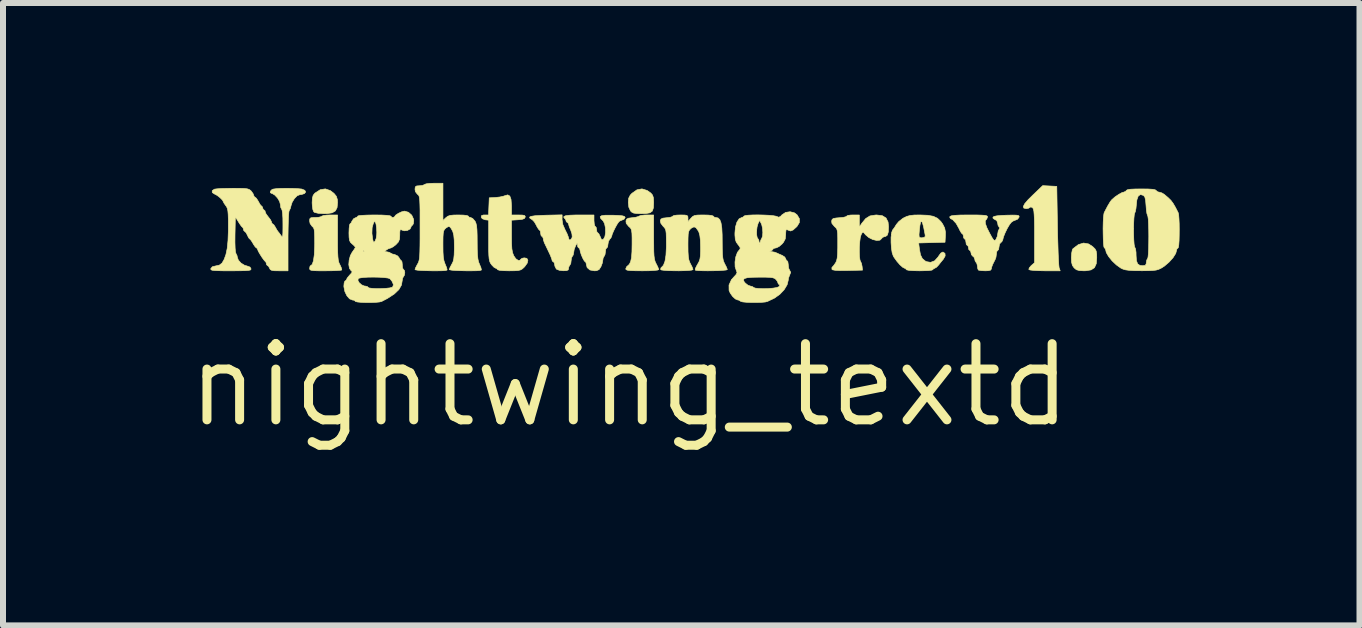
<source format=kicad_pcb>
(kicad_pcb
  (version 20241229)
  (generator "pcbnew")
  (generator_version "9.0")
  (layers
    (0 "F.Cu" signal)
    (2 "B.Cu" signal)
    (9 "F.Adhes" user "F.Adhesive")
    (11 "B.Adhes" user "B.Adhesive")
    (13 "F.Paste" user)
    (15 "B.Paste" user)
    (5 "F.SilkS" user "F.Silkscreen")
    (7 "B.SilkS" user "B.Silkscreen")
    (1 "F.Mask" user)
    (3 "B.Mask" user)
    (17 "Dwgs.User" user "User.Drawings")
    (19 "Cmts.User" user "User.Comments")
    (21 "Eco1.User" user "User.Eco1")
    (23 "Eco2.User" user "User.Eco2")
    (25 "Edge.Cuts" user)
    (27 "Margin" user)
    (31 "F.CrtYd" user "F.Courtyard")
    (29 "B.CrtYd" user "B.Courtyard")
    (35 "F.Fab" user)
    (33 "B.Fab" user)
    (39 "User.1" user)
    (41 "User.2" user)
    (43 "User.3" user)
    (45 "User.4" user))
  (footprint "nightwing_textd"
    (layer "F.Cu")
    (at 7.446 3.37)
    (property "Reference" "nightwing_textd" (at 0 0 0) (layer "F.SilkS") (effects (font (size 1.27 1.27) (thickness 0.15))))
    (attr through_hole)
    (fp_poly (pts (xy -4.988 -3.242) (xy -4.928 -3.196) (xy -4.888 -3.147) (xy -4.871 -3.092) (xy -4.868 -3.044) (xy -4.876 -2.959) (xy -4.904 -2.904) (xy -4.958 -2.872) (xy -5.044 -2.859) (xy -5.093 -2.858) (xy -5.191 -2.864) (xy -5.25 -2.878) (xy -5.265 -2.889) (xy -5.28 -2.926) (xy -5.289 -2.989) (xy -5.292 -3.039) (xy -5.288 -3.115) (xy -5.275 -3.163) (xy -5.249 -3.197) (xy -5.244 -3.201) (xy -5.157 -3.257) (xy -5.072 -3.271) (xy -4.988 -3.242)) (stroke (width 0.01) (type solid)) (fill yes) (layer "F.SilkS"))
    (fp_poly (pts (xy 0.293 -3.245) (xy 0.355 -3.201) (xy 0.383 -3.168) (xy 0.398 -3.123) (xy 0.402 -3.052) (xy 0.402 -3.039) (xy 0.398 -2.955) (xy 0.38 -2.901) (xy 0.34 -2.872) (xy 0.272 -2.86) (xy 0.197 -2.858) (xy 0.117 -2.86) (xy 0.066 -2.868) (xy 0.034 -2.885) (xy 0.016 -2.904) (xy -0.012 -2.965) (xy -0.021 -3.045) (xy -0.015 -3.115) (xy 0.011 -3.166) (xy 0.039 -3.196) (xy 0.123 -3.255) (xy 0.207 -3.271) (xy 0.293 -3.245)) (stroke (width 0.01) (type solid)) (fill yes) (layer "F.SilkS"))
    (fp_poly (pts (xy 7.654 -2.353) (xy 7.721 -2.309) (xy 7.76 -2.271) (xy 7.78 -2.234) (xy 7.788 -2.182) (xy 7.789 -2.123) (xy 7.781 -2.023) (xy 7.751 -1.957) (xy 7.694 -1.92) (xy 7.606 -1.906) (xy 7.575 -1.905) (xy 7.499 -1.909) (xy 7.45 -1.923) (xy 7.413 -1.953) (xy 7.412 -1.954) (xy 7.383 -1.995) (xy 7.369 -2.05) (xy 7.366 -2.125) (xy 7.371 -2.199) (xy 7.382 -2.254) (xy 7.392 -2.273) (xy 7.483 -2.342) (xy 7.57 -2.368) (xy 7.654 -2.353)) (stroke (width 0.01) (type solid)) (fill yes) (layer "F.SilkS"))
    (fp_poly (pts (xy 7.005 -3.319) (xy 7.123 -3.313) (xy 7.134 -2.656) (xy 7.137 -2.492) (xy 7.142 -2.339) (xy 7.146 -2.204) (xy 7.151 -2.093) (xy 7.156 -2.01) (xy 7.161 -1.961) (xy 7.163 -1.953) (xy 7.18 -1.905) (xy 6.925 -1.905) (xy 6.824 -1.907) (xy 6.74 -1.911) (xy 6.681 -1.918) (xy 6.657 -1.926) (xy 6.663 -1.952) (xy 6.693 -1.988) (xy 6.698 -1.993) (xy 6.752 -2.04) (xy 6.752 -2.482) (xy 6.752 -2.636) (xy 6.75 -2.753) (xy 6.746 -2.838) (xy 6.741 -2.897) (xy 6.733 -2.933) (xy 6.723 -2.953) (xy 6.722 -2.954) (xy 6.691 -2.972) (xy 6.678 -2.963) (xy 6.649 -2.947) (xy 6.613 -2.942) (xy 6.573 -2.951) (xy 6.565 -2.977) (xy 6.588 -3.023) (xy 6.645 -3.09) (xy 6.725 -3.169) (xy 6.888 -3.325) (xy 7.005 -3.319)) (stroke (width 0.01) (type solid)) (fill yes) (layer "F.SilkS"))
    (fp_poly (pts (xy 0.402 -2.467) (xy 0.403 -2.33) (xy 0.404 -2.229) (xy 0.408 -2.155) (xy 0.415 -2.103) (xy 0.425 -2.064) (xy 0.439 -2.032) (xy 0.445 -2.021) (xy 0.471 -1.969) (xy 0.486 -1.931) (xy 0.487 -1.926) (xy 0.467 -1.917) (xy 0.41 -1.911) (xy 0.322 -1.906) (xy 0.212 -1.905) (xy 0.096 -1.906) (xy 0.017 -1.909) (xy -0.031 -1.914) (xy -0.056 -1.923) (xy -0.063 -1.935) (xy -0.064 -1.936) (xy -0.048 -1.974) (xy -0.037 -1.983) (xy -0.004 -2.013) (xy 0.018 -2.058) (xy 0.033 -2.126) (xy 0.04 -2.222) (xy 0.042 -2.348) (xy 0.042 -2.455) (xy 0.04 -2.528) (xy 0.034 -2.576) (xy 0.024 -2.606) (xy 0.007 -2.627) (xy -0.012 -2.643) (xy -0.055 -2.695) (xy -0.06 -2.735) (xy -0.049 -2.766) (xy -0.02 -2.782) (xy 0.039 -2.79) (xy 0.042 -2.79) (xy 0.104 -2.798) (xy 0.149 -2.811) (xy 0.158 -2.817) (xy 0.189 -2.828) (xy 0.247 -2.835) (xy 0.29 -2.836) (xy 0.402 -2.836) (xy 0.402 -2.467)) (stroke (width 0.01) (type solid)) (fill yes) (layer "F.SilkS"))
    (fp_poly (pts (xy -4.868 -2.456) (xy -4.868 -2.317) (xy -4.866 -2.213) (xy -4.862 -2.138) (xy -4.856 -2.084) (xy -4.847 -2.045) (xy -4.833 -2.013) (xy -4.827 -2.003) (xy -4.805 -1.954) (xy -4.798 -1.922) (xy -4.799 -1.918) (xy -4.824 -1.913) (xy -4.883 -1.909) (xy -4.966 -1.906) (xy -5.067 -1.905) (xy -5.073 -1.905) (xy -5.182 -1.905) (xy -5.255 -1.907) (xy -5.3 -1.912) (xy -5.324 -1.92) (xy -5.333 -1.934) (xy -5.334 -1.947) (xy -5.327 -1.982) (xy -5.318 -1.99) (xy -5.291 -2.011) (xy -5.27 -2.072) (xy -5.256 -2.172) (xy -5.25 -2.308) (xy -5.249 -2.36) (xy -5.25 -2.469) (xy -5.253 -2.544) (xy -5.258 -2.592) (xy -5.268 -2.621) (xy -5.284 -2.64) (xy -5.292 -2.646) (xy -5.326 -2.693) (xy -5.334 -2.735) (xy -5.331 -2.772) (xy -5.313 -2.789) (xy -5.27 -2.794) (xy -5.24 -2.794) (xy -5.18 -2.798) (xy -5.14 -2.809) (xy -5.133 -2.815) (xy -5.106 -2.826) (xy -5.051 -2.834) (xy -4.994 -2.836) (xy -4.868 -2.836) (xy -4.868 -2.456)) (stroke (width 0.01) (type solid)) (fill yes) (layer "F.SilkS"))
    (fp_poly (pts (xy -1.996 -3.151) (xy -1.976 -3.096) (xy -1.969 -3.002) (xy -1.968 -2.982) (xy -1.968 -2.836) (xy -1.851 -2.836) (xy -1.783 -2.834) (xy -1.749 -2.827) (xy -1.739 -2.811) (xy -1.74 -2.799) (xy -1.754 -2.776) (xy -1.794 -2.762) (xy -1.858 -2.756) (xy -1.968 -2.749) (xy -1.968 -2.486) (xy -1.967 -2.362) (xy -1.962 -2.271) (xy -1.95 -2.206) (xy -1.931 -2.157) (xy -1.903 -2.116) (xy -1.891 -2.102) (xy -1.853 -2.077) (xy -1.823 -2.083) (xy -1.817 -2.095) (xy -1.793 -2.113) (xy -1.757 -2.121) (xy -1.712 -2.113) (xy -1.695 -2.081) (xy -1.706 -2.033) (xy -1.746 -1.977) (xy -1.754 -1.968) (xy -1.786 -1.938) (xy -1.817 -1.92) (xy -1.857 -1.91) (xy -1.918 -1.906) (xy -2.009 -1.905) (xy -2.101 -1.907) (xy -2.167 -1.913) (xy -2.199 -1.923) (xy -2.201 -1.926) (xy -2.218 -1.946) (xy -2.229 -1.947) (xy -2.259 -1.963) (xy -2.297 -2.002) (xy -2.303 -2.01) (xy -2.321 -2.036) (xy -2.333 -2.066) (xy -2.341 -2.105) (xy -2.346 -2.162) (xy -2.349 -2.244) (xy -2.349 -2.358) (xy -2.349 -2.411) (xy -2.349 -2.749) (xy -2.408 -2.756) (xy -2.456 -2.774) (xy -2.473 -2.799) (xy -2.468 -2.826) (xy -2.434 -2.836) (xy -2.416 -2.836) (xy -2.351 -2.836) (xy -2.339 -3.122) (xy -2.233 -3.128) (xy -2.161 -3.136) (xy -2.099 -3.15) (xy -2.08 -3.157) (xy -2.031 -3.171) (xy -1.996 -3.151)) (stroke (width 0.01) (type solid)) (fill yes) (layer "F.SilkS"))
    (fp_poly (pts (xy 3.831 -2.736) (xy 3.831 -2.635) (xy 3.873 -2.698) (xy 3.937 -2.776) (xy 4.008 -2.82) (xy 4.1 -2.835) (xy 4.119 -2.836) (xy 4.214 -2.824) (xy 4.276 -2.786) (xy 4.31 -2.719) (xy 4.318 -2.641) (xy 4.314 -2.553) (xy 4.299 -2.501) (xy 4.271 -2.479) (xy 4.255 -2.477) (xy 4.216 -2.461) (xy 4.205 -2.445) (xy 4.174 -2.416) (xy 4.121 -2.411) (xy 4.056 -2.426) (xy 3.99 -2.459) (xy 3.933 -2.507) (xy 3.919 -2.525) (xy 3.897 -2.549) (xy 3.881 -2.543) (xy 3.861 -2.507) (xy 3.847 -2.461) (xy 3.838 -2.39) (xy 3.832 -2.304) (xy 3.831 -2.217) (xy 3.834 -2.139) (xy 3.842 -2.083) (xy 3.851 -2.063) (xy 3.867 -2.028) (xy 3.877 -1.979) (xy 3.884 -1.916) (xy 3.637 -1.91) (xy 3.513 -1.909) (xy 3.429 -1.913) (xy 3.383 -1.922) (xy 3.375 -1.928) (xy 3.373 -1.958) (xy 3.379 -1.966) (xy 3.403 -1.992) (xy 3.434 -2.036) (xy 3.435 -2.037) (xy 3.451 -2.071) (xy 3.462 -2.118) (xy 3.468 -2.186) (xy 3.471 -2.285) (xy 3.471 -2.347) (xy 3.471 -2.455) (xy 3.469 -2.528) (xy 3.463 -2.575) (xy 3.453 -2.606) (xy 3.436 -2.627) (xy 3.417 -2.643) (xy 3.374 -2.695) (xy 3.369 -2.735) (xy 3.378 -2.763) (xy 3.4 -2.778) (xy 3.448 -2.786) (xy 3.498 -2.79) (xy 3.563 -2.796) (xy 3.607 -2.807) (xy 3.619 -2.816) (xy 3.639 -2.828) (xy 3.687 -2.835) (xy 3.725 -2.836) (xy 3.831 -2.836) (xy 3.831 -2.736)) (stroke (width 0.01) (type solid)) (fill yes) (layer "F.SilkS"))
    (fp_poly (pts (xy 4.97 -2.831) (xy 5.064 -2.814) (xy 5.134 -2.781) (xy 5.19 -2.727) (xy 5.22 -2.685) (xy 5.254 -2.618) (xy 5.267 -2.55) (xy 5.266 -2.491) (xy 5.26 -2.381) (xy 5.04 -2.375) (xy 4.82 -2.369) (xy 4.833 -2.266) (xy 4.851 -2.171) (xy 4.882 -2.108) (xy 4.932 -2.067) (xy 4.949 -2.058) (xy 5.019 -2.046) (xy 5.087 -2.072) (xy 5.144 -2.135) (xy 5.155 -2.153) (xy 5.19 -2.201) (xy 5.223 -2.218) (xy 5.226 -2.218) (xy 5.259 -2.195) (xy 5.262 -2.153) (xy 5.234 -2.103) (xy 5.233 -2.101) (xy 5.19 -2.049) (xy 5.153 -2.002) (xy 5.117 -1.964) (xy 5.086 -1.947) (xy 5.086 -1.947) (xy 5.061 -1.934) (xy 5.059 -1.926) (xy 5.039 -1.916) (xy 4.982 -1.909) (xy 4.894 -1.906) (xy 4.837 -1.905) (xy 4.735 -1.907) (xy 4.661 -1.912) (xy 4.62 -1.921) (xy 4.614 -1.926) (xy 4.598 -1.946) (xy 4.587 -1.947) (xy 4.554 -1.964) (xy 4.507 -2.006) (xy 4.457 -2.064) (xy 4.411 -2.128) (xy 4.397 -2.152) (xy 4.378 -2.207) (xy 4.366 -2.286) (xy 4.36 -2.376) (xy 4.36 -2.463) (xy 4.366 -2.511) (xy 4.826 -2.511) (xy 4.828 -2.474) (xy 4.841 -2.458) (xy 4.869 -2.455) (xy 4.876 -2.455) (xy 4.917 -2.464) (xy 4.93 -2.482) (xy 4.926 -2.516) (xy 4.914 -2.576) (xy 4.903 -2.634) (xy 4.884 -2.704) (xy 4.868 -2.732) (xy 4.853 -2.718) (xy 4.841 -2.661) (xy 4.832 -2.581) (xy 4.826 -2.511) (xy 4.366 -2.511) (xy 4.368 -2.537) (xy 4.384 -2.583) (xy 4.387 -2.587) (xy 4.416 -2.625) (xy 4.448 -2.677) (xy 4.488 -2.725) (xy 4.548 -2.773) (xy 4.57 -2.787) (xy 4.622 -2.812) (xy 4.677 -2.827) (xy 4.748 -2.835) (xy 4.844 -2.836) (xy 4.97 -2.831)) (stroke (width 0.01) (type solid)) (fill yes) (layer "F.SilkS"))
    (fp_poly (pts (xy 1.315 -2.834) (xy 1.372 -2.827) (xy 1.397 -2.817) (xy 1.397 -2.815) (xy 1.415 -2.798) (xy 1.437 -2.794) (xy 1.476 -2.786) (xy 1.505 -2.757) (xy 1.525 -2.704) (xy 1.538 -2.622) (xy 1.544 -2.506) (xy 1.545 -2.393) (xy 1.546 -2.271) (xy 1.549 -2.182) (xy 1.555 -2.12) (xy 1.564 -2.074) (xy 1.579 -2.037) (xy 1.587 -2.021) (xy 1.614 -1.969) (xy 1.629 -1.931) (xy 1.63 -1.926) (xy 1.61 -1.918) (xy 1.558 -1.913) (xy 1.483 -1.908) (xy 1.395 -1.906) (xy 1.303 -1.905) (xy 1.218 -1.906) (xy 1.148 -1.909) (xy 1.104 -1.914) (xy 1.095 -1.918) (xy 1.097 -1.942) (xy 1.119 -1.987) (xy 1.134 -2.013) (xy 1.158 -2.056) (xy 1.173 -2.099) (xy 1.181 -2.154) (xy 1.184 -2.232) (xy 1.184 -2.301) (xy 1.181 -2.413) (xy 1.172 -2.492) (xy 1.157 -2.547) (xy 1.146 -2.57) (xy 1.108 -2.623) (xy 1.075 -2.638) (xy 1.034 -2.619) (xy 1.02 -2.607) (xy 0.999 -2.586) (xy 0.986 -2.559) (xy 0.978 -2.518) (xy 0.975 -2.453) (xy 0.974 -2.357) (xy 0.974 -2.332) (xy 0.975 -2.221) (xy 0.98 -2.143) (xy 0.989 -2.087) (xy 1.005 -2.043) (xy 1.016 -2.021) (xy 1.043 -1.969) (xy 1.057 -1.931) (xy 1.058 -1.926) (xy 1.039 -1.917) (xy 0.987 -1.911) (xy 0.912 -1.907) (xy 0.823 -1.905) (xy 0.731 -1.906) (xy 0.645 -1.908) (xy 0.575 -1.913) (xy 0.53 -1.919) (xy 0.519 -1.925) (xy 0.522 -1.952) (xy 0.527 -1.957) (xy 0.565 -1.997) (xy 0.591 -2.065) (xy 0.607 -2.166) (xy 0.614 -2.304) (xy 0.614 -2.349) (xy 0.613 -2.455) (xy 0.611 -2.528) (xy 0.605 -2.576) (xy 0.594 -2.607) (xy 0.576 -2.631) (xy 0.56 -2.647) (xy 0.523 -2.695) (xy 0.512 -2.74) (xy 0.524 -2.768) (xy 0.556 -2.783) (xy 0.619 -2.79) (xy 0.678 -2.797) (xy 0.714 -2.809) (xy 0.72 -2.816) (xy 0.739 -2.827) (xy 0.789 -2.834) (xy 0.847 -2.836) (xy 0.917 -2.835) (xy 0.955 -2.829) (xy 0.971 -2.814) (xy 0.974 -2.785) (xy 0.974 -2.78) (xy 0.974 -2.724) (xy 1.022 -2.78) (xy 1.05 -2.809) (xy 1.081 -2.826) (xy 1.127 -2.834) (xy 1.199 -2.836) (xy 1.234 -2.836) (xy 1.315 -2.834)) (stroke (width 0.01) (type solid)) (fill yes) (layer "F.SilkS"))
    (fp_poly (pts (xy 5.786 -2.836) (xy 5.872 -2.833) (xy 5.927 -2.829) (xy 5.957 -2.821) (xy 5.968 -2.81) (xy 5.969 -2.806) (xy 5.956 -2.77) (xy 5.948 -2.762) (xy 5.93 -2.737) (xy 5.933 -2.692) (xy 5.958 -2.622) (xy 6.003 -2.533) (xy 6.042 -2.461) (xy 6.068 -2.422) (xy 6.086 -2.41) (xy 6.101 -2.419) (xy 6.108 -2.428) (xy 6.131 -2.479) (xy 6.138 -2.52) (xy 6.147 -2.57) (xy 6.161 -2.597) (xy 6.173 -2.622) (xy 6.161 -2.634) (xy 6.143 -2.664) (xy 6.138 -2.698) (xy 6.122 -2.743) (xy 6.094 -2.758) (xy 6.062 -2.778) (xy 6.058 -2.798) (xy 6.078 -2.812) (xy 6.127 -2.822) (xy 6.211 -2.829) (xy 6.285 -2.832) (xy 6.382 -2.834) (xy 6.445 -2.833) (xy 6.48 -2.828) (xy 6.494 -2.818) (xy 6.495 -2.801) (xy 6.494 -2.8) (xy 6.47 -2.766) (xy 6.445 -2.755) (xy 6.395 -2.735) (xy 6.364 -2.713) (xy 6.334 -2.674) (xy 6.297 -2.611) (xy 6.262 -2.539) (xy 6.235 -2.472) (xy 6.223 -2.425) (xy 6.223 -2.422) (xy 6.206 -2.388) (xy 6.191 -2.378) (xy 6.168 -2.35) (xy 6.16 -2.305) (xy 6.153 -2.261) (xy 6.138 -2.244) (xy 6.122 -2.226) (xy 6.117 -2.19) (xy 6.109 -2.131) (xy 6.096 -2.095) (xy 6.068 -2.039) (xy 6.054 -2.011) (xy 6.036 -1.963) (xy 6.032 -1.937) (xy 6.021 -1.917) (xy 5.982 -1.907) (xy 5.93 -1.905) (xy 5.867 -1.908) (xy 5.824 -1.915) (xy 5.814 -1.919) (xy 5.803 -1.949) (xy 5.8 -1.981) (xy 5.791 -2.025) (xy 5.779 -2.043) (xy 5.76 -2.073) (xy 5.757 -2.094) (xy 5.742 -2.133) (xy 5.726 -2.145) (xy 5.699 -2.174) (xy 5.694 -2.201) (xy 5.685 -2.235) (xy 5.673 -2.244) (xy 5.655 -2.261) (xy 5.652 -2.286) (xy 5.643 -2.32) (xy 5.63 -2.328) (xy 5.614 -2.346) (xy 5.609 -2.381) (xy 5.602 -2.421) (xy 5.588 -2.434) (xy 5.571 -2.452) (xy 5.567 -2.477) (xy 5.56 -2.511) (xy 5.55 -2.519) (xy 5.532 -2.536) (xy 5.506 -2.581) (xy 5.493 -2.609) (xy 5.445 -2.695) (xy 5.389 -2.756) (xy 5.349 -2.778) (xy 5.338 -2.799) (xy 5.342 -2.811) (xy 5.366 -2.822) (xy 5.424 -2.83) (xy 5.518 -2.835) (xy 5.652 -2.836) (xy 5.663 -2.836) (xy 5.786 -2.836)) (stroke (width 0.01) (type solid)) (fill yes) (layer "F.SilkS"))
    (fp_poly (pts (xy -3.111 -2.744) (xy -3.063 -2.79) (xy -3.03 -2.815) (xy -2.99 -2.829) (xy -2.929 -2.835) (xy -2.851 -2.836) (xy -2.769 -2.834) (xy -2.712 -2.827) (xy -2.688 -2.817) (xy -2.688 -2.815) (xy -2.671 -2.797) (xy -2.65 -2.794) (xy -2.615 -2.777) (xy -2.579 -2.736) (xy -2.576 -2.733) (xy -2.561 -2.699) (xy -2.55 -2.653) (xy -2.544 -2.588) (xy -2.541 -2.496) (xy -2.54 -2.382) (xy -2.539 -2.258) (xy -2.535 -2.168) (xy -2.528 -2.102) (xy -2.517 -2.053) (xy -2.5 -2.011) (xy -2.5 -2.011) (xy -2.478 -1.958) (xy -2.47 -1.923) (xy -2.472 -1.917) (xy -2.498 -1.91) (xy -2.555 -1.906) (xy -2.633 -1.905) (xy -2.723 -1.905) (xy -2.814 -1.907) (xy -2.897 -1.91) (xy -2.962 -1.915) (xy -3 -1.922) (xy -3.006 -1.926) (xy -2.995 -1.956) (xy -2.97 -2.004) (xy -2.963 -2.016) (xy -2.943 -2.056) (xy -2.931 -2.104) (xy -2.924 -2.171) (xy -2.921 -2.266) (xy -2.921 -2.302) (xy -2.923 -2.417) (xy -2.931 -2.5) (xy -2.947 -2.56) (xy -2.973 -2.609) (xy -2.994 -2.636) (xy -3.02 -2.644) (xy -3.06 -2.619) (xy -3.063 -2.617) (xy -3.084 -2.596) (xy -3.098 -2.57) (xy -3.106 -2.532) (xy -3.11 -2.472) (xy -3.111 -2.381) (xy -3.111 -2.334) (xy -3.11 -2.218) (xy -3.105 -2.134) (xy -3.094 -2.072) (xy -3.077 -2.023) (xy -3.072 -2.011) (xy -3.05 -1.958) (xy -3.042 -1.923) (xy -3.043 -1.917) (xy -3.07 -1.91) (xy -3.127 -1.906) (xy -3.205 -1.905) (xy -3.294 -1.905) (xy -3.385 -1.907) (xy -3.468 -1.91) (xy -3.534 -1.915) (xy -3.572 -1.922) (xy -3.577 -1.926) (xy -3.567 -1.956) (xy -3.542 -2.004) (xy -3.535 -2.016) (xy -3.522 -2.04) (xy -3.512 -2.067) (xy -3.504 -2.104) (xy -3.499 -2.155) (xy -3.496 -2.226) (xy -3.494 -2.323) (xy -3.493 -2.45) (xy -3.493 -2.615) (xy -3.493 -2.619) (xy -3.493 -2.783) (xy -3.493 -2.911) (xy -3.495 -3.005) (xy -3.498 -3.073) (xy -3.503 -3.119) (xy -3.509 -3.149) (xy -3.518 -3.166) (xy -3.53 -3.177) (xy -3.535 -3.18) (xy -3.57 -3.224) (xy -3.577 -3.265) (xy -3.572 -3.304) (xy -3.549 -3.32) (xy -3.504 -3.323) (xy -3.452 -3.329) (xy -3.42 -3.342) (xy -3.418 -3.344) (xy -3.392 -3.355) (xy -3.336 -3.362) (xy -3.261 -3.365) (xy -3.258 -3.365) (xy -3.111 -3.365) (xy -3.111 -2.744)) (stroke (width 0.01) (type solid)) (fill yes) (layer "F.SilkS"))
    (fp_poly (pts (xy 8.645 -3.269) (xy 8.722 -3.264) (xy 8.765 -3.255) (xy 8.779 -3.244) (xy 8.805 -3.222) (xy 8.828 -3.217) (xy 8.874 -3.204) (xy 8.914 -3.18) (xy 8.979 -3.125) (xy 9.026 -3.079) (xy 9.063 -3.029) (xy 9.101 -2.964) (xy 9.147 -2.874) (xy 9.155 -2.838) (xy 9.16 -2.773) (xy 9.164 -2.689) (xy 9.165 -2.595) (xy 9.164 -2.499) (xy 9.162 -2.411) (xy 9.157 -2.34) (xy 9.15 -2.296) (xy 9.144 -2.286) (xy 9.125 -2.269) (xy 9.123 -2.257) (xy 9.106 -2.195) (xy 9.06 -2.122) (xy 8.993 -2.048) (xy 8.914 -1.981) (xy 8.863 -1.949) (xy 8.823 -1.93) (xy 8.779 -1.917) (xy 8.721 -1.91) (xy 8.641 -1.907) (xy 8.528 -1.906) (xy 8.524 -1.907) (xy 8.409 -1.908) (xy 8.327 -1.913) (xy 8.268 -1.921) (xy 8.225 -1.934) (xy 8.191 -1.95) (xy 8.117 -2.003) (xy 8.046 -2.07) (xy 7.987 -2.143) (xy 7.948 -2.21) (xy 7.938 -2.254) (xy 7.926 -2.282) (xy 7.916 -2.286) (xy 7.908 -2.306) (xy 7.902 -2.358) (xy 7.898 -2.435) (xy 7.896 -2.526) (xy 7.895 -2.604) (xy 8.403 -2.604) (xy 8.404 -2.508) (xy 8.407 -2.42) (xy 8.412 -2.349) (xy 8.42 -2.305) (xy 8.424 -2.297) (xy 8.436 -2.27) (xy 8.444 -2.214) (xy 8.445 -2.162) (xy 8.451 -2.074) (xy 8.471 -2.021) (xy 8.509 -1.995) (xy 8.556 -1.99) (xy 8.599 -1.996) (xy 8.614 -2.024) (xy 8.615 -2.041) (xy 8.623 -2.086) (xy 8.636 -2.106) (xy 8.644 -2.131) (xy 8.65 -2.19) (xy 8.654 -2.273) (xy 8.656 -2.373) (xy 8.657 -2.48) (xy 8.656 -2.587) (xy 8.653 -2.683) (xy 8.649 -2.761) (xy 8.642 -2.812) (xy 8.637 -2.827) (xy 8.626 -2.857) (xy 8.617 -2.916) (xy 8.611 -2.993) (xy 8.611 -2.993) (xy 8.604 -3.078) (xy 8.592 -3.131) (xy 8.572 -3.159) (xy 8.567 -3.162) (xy 8.518 -3.177) (xy 8.481 -3.151) (xy 8.458 -3.087) (xy 8.45 -3.014) (xy 8.443 -2.943) (xy 8.432 -2.89) (xy 8.423 -2.869) (xy 8.415 -2.84) (xy 8.409 -2.78) (xy 8.405 -2.698) (xy 8.403 -2.604) (xy 7.895 -2.604) (xy 7.895 -2.622) (xy 7.897 -2.715) (xy 7.901 -2.794) (xy 7.908 -2.852) (xy 7.913 -2.874) (xy 7.971 -2.985) (xy 8.016 -3.06) (xy 8.042 -3.092) (xy 8.095 -3.138) (xy 8.156 -3.179) (xy 8.21 -3.209) (xy 8.241 -3.217) (xy 8.274 -3.232) (xy 8.281 -3.244) (xy 8.3 -3.256) (xy 8.348 -3.265) (xy 8.431 -3.269) (xy 8.53 -3.27) (xy 8.645 -3.269)) (stroke (width 0.01) (type solid)) (fill yes) (layer "F.SilkS"))
    (fp_poly (pts (xy -1.125 -2.758) (xy -1.112 -2.675) (xy -1.073 -2.586) (xy -1.071 -2.582) (xy -1.04 -2.52) (xy -1.02 -2.467) (xy -1.016 -2.448) (xy -1.006 -2.42) (xy -0.984 -2.422) (xy -0.963 -2.448) (xy -0.956 -2.473) (xy -0.961 -2.523) (xy -0.981 -2.583) (xy -0.983 -2.586) (xy -1.005 -2.639) (xy -1.016 -2.679) (xy -1.016 -2.681) (xy -1.029 -2.707) (xy -1.037 -2.709) (xy -1.056 -2.726) (xy -1.058 -2.739) (xy -1.073 -2.772) (xy -1.083 -2.778) (xy -1.097 -2.799) (xy -1.093 -2.811) (xy -1.064 -2.824) (xy -0.998 -2.832) (xy -0.891 -2.836) (xy -0.835 -2.836) (xy -0.593 -2.836) (xy -0.593 -2.741) (xy -0.588 -2.684) (xy -0.578 -2.65) (xy -0.572 -2.646) (xy -0.556 -2.628) (xy -0.55 -2.593) (xy -0.544 -2.553) (xy -0.531 -2.54) (xy -0.512 -2.522) (xy -0.491 -2.479) (xy -0.489 -2.474) (xy -0.47 -2.431) (xy -0.451 -2.423) (xy -0.434 -2.434) (xy -0.411 -2.476) (xy -0.4 -2.543) (xy -0.402 -2.62) (xy -0.416 -2.69) (xy -0.441 -2.738) (xy -0.445 -2.741) (xy -0.482 -2.78) (xy -0.49 -2.808) (xy -0.465 -2.824) (xy -0.405 -2.832) (xy -0.307 -2.832) (xy -0.28 -2.832) (xy -0.182 -2.828) (xy -0.12 -2.822) (xy -0.086 -2.812) (xy -0.074 -2.798) (xy -0.074 -2.794) (xy -0.092 -2.765) (xy -0.115 -2.755) (xy -0.161 -2.736) (xy -0.178 -2.723) (xy -0.205 -2.685) (xy -0.237 -2.628) (xy -0.268 -2.565) (xy -0.29 -2.512) (xy -0.296 -2.488) (xy -0.311 -2.452) (xy -0.328 -2.434) (xy -0.352 -2.395) (xy -0.36 -2.347) (xy -0.366 -2.303) (xy -0.381 -2.286) (xy -0.396 -2.268) (xy -0.402 -2.224) (xy -0.409 -2.175) (xy -0.423 -2.148) (xy -0.44 -2.119) (xy -0.445 -2.087) (xy -0.454 -2.034) (xy -0.477 -1.974) (xy -0.478 -1.972) (xy -0.509 -1.925) (xy -0.551 -1.907) (xy -0.585 -1.905) (xy -0.661 -1.919) (xy -0.707 -1.959) (xy -0.72 -2.009) (xy -0.727 -2.045) (xy -0.737 -2.053) (xy -0.755 -2.071) (xy -0.78 -2.115) (xy -0.804 -2.17) (xy -0.821 -2.223) (xy -0.826 -2.251) (xy -0.836 -2.281) (xy -0.847 -2.286) (xy -0.863 -2.304) (xy -0.868 -2.334) (xy -0.87 -2.362) (xy -0.879 -2.357) (xy -0.9 -2.321) (xy -0.923 -2.261) (xy -0.931 -2.211) (xy -0.94 -2.167) (xy -0.953 -2.148) (xy -0.968 -2.12) (xy -0.974 -2.074) (xy -0.98 -2.026) (xy -0.995 -2) (xy -1.013 -1.97) (xy -1.016 -1.946) (xy -1.023 -1.92) (xy -1.051 -1.908) (xy -1.106 -1.906) (xy -1.169 -1.913) (xy -1.215 -1.931) (xy -1.222 -1.937) (xy -1.245 -1.983) (xy -1.249 -2.01) (xy -1.258 -2.045) (xy -1.27 -2.053) (xy -1.29 -2.07) (xy -1.291 -2.079) (xy -1.3 -2.111) (xy -1.322 -2.167) (xy -1.348 -2.222) (xy -1.381 -2.291) (xy -1.409 -2.349) (xy -1.422 -2.376) (xy -1.437 -2.424) (xy -1.439 -2.444) (xy -1.451 -2.473) (xy -1.46 -2.477) (xy -1.476 -2.495) (xy -1.482 -2.529) (xy -1.488 -2.569) (xy -1.5 -2.582) (xy -1.518 -2.6) (xy -1.545 -2.644) (xy -1.556 -2.667) (xy -1.588 -2.722) (xy -1.623 -2.758) (xy -1.634 -2.764) (xy -1.663 -2.784) (xy -1.666 -2.801) (xy -1.642 -2.813) (xy -1.577 -2.823) (xy -1.471 -2.829) (xy -1.391 -2.832) (xy -1.124 -2.838) (xy -1.125 -2.758)) (stroke (width 0.01) (type solid)) (fill yes) (layer "F.SilkS"))
    (fp_poly (pts (xy 2.75 -2.871) (xy 2.793 -2.838) (xy 2.832 -2.773) (xy 2.831 -2.709) (xy 2.791 -2.644) (xy 2.727 -2.586) (xy 2.685 -2.569) (xy 2.647 -2.582) (xy 2.62 -2.593) (xy 2.608 -2.582) (xy 2.604 -2.542) (xy 2.603 -2.511) (xy 2.596 -2.437) (xy 2.566 -2.38) (xy 2.542 -2.352) (xy 2.493 -2.31) (xy 2.447 -2.288) (xy 2.436 -2.286) (xy 2.401 -2.278) (xy 2.392 -2.266) (xy 2.374 -2.245) (xy 2.355 -2.237) (xy 2.336 -2.229) (xy 2.358 -2.225) (xy 2.366 -2.225) (xy 2.422 -2.215) (xy 2.45 -2.204) (xy 2.498 -2.182) (xy 2.545 -2.162) (xy 2.587 -2.135) (xy 2.603 -2.107) (xy 2.615 -2.078) (xy 2.625 -2.074) (xy 2.639 -2.056) (xy 2.646 -2.011) (xy 2.646 -2.004) (xy 2.653 -1.948) (xy 2.671 -1.909) (xy 2.672 -1.909) (xy 2.687 -1.879) (xy 2.672 -1.841) (xy 2.651 -1.786) (xy 2.646 -1.749) (xy 2.627 -1.672) (xy 2.578 -1.59) (xy 2.505 -1.513) (xy 2.418 -1.451) (xy 2.392 -1.438) (xy 2.337 -1.412) (xy 2.302 -1.395) (xy 2.264 -1.385) (xy 2.198 -1.379) (xy 2.117 -1.377) (xy 2.031 -1.377) (xy 1.951 -1.38) (xy 1.888 -1.386) (xy 1.855 -1.395) (xy 1.852 -1.397) (xy 1.822 -1.416) (xy 1.806 -1.418) (xy 1.765 -1.435) (xy 1.718 -1.478) (xy 1.679 -1.533) (xy 1.659 -1.578) (xy 1.658 -1.668) (xy 1.698 -1.755) (xy 1.898 -1.755) (xy 1.91 -1.724) (xy 1.93 -1.7) (xy 1.974 -1.665) (xy 2.013 -1.651) (xy 2.052 -1.64) (xy 2.064 -1.63) (xy 2.092 -1.617) (xy 2.151 -1.61) (xy 2.228 -1.607) (xy 2.313 -1.609) (xy 2.392 -1.616) (xy 2.455 -1.626) (xy 2.49 -1.64) (xy 2.49 -1.64) (xy 2.506 -1.665) (xy 2.499 -1.672) (xy 2.478 -1.689) (xy 2.477 -1.697) (xy 2.463 -1.731) (xy 2.441 -1.76) (xy 2.42 -1.778) (xy 2.388 -1.789) (xy 2.337 -1.796) (xy 2.258 -1.799) (xy 2.171 -1.799) (xy 2.048 -1.797) (xy 1.963 -1.79) (xy 1.915 -1.776) (xy 1.898 -1.755) (xy 1.698 -1.755) (xy 1.698 -1.755) (xy 1.74 -1.803) (xy 1.78 -1.847) (xy 1.792 -1.878) (xy 1.781 -1.907) (xy 1.76 -1.971) (xy 1.758 -2.052) (xy 1.771 -2.137) (xy 1.798 -2.212) (xy 1.836 -2.261) (xy 1.841 -2.264) (xy 1.845 -2.289) (xy 1.815 -2.335) (xy 1.81 -2.34) (xy 1.779 -2.383) (xy 1.763 -2.431) (xy 1.757 -2.499) (xy 1.757 -2.537) (xy 1.76 -2.57) (xy 2.118 -2.57) (xy 2.119 -2.506) (xy 2.128 -2.458) (xy 2.138 -2.445) (xy 2.155 -2.416) (xy 2.162 -2.375) (xy 2.164 -2.336) (xy 2.168 -2.338) (xy 2.174 -2.371) (xy 2.189 -2.419) (xy 2.203 -2.444) (xy 2.218 -2.482) (xy 2.222 -2.544) (xy 2.217 -2.615) (xy 2.203 -2.677) (xy 2.195 -2.694) (xy 2.168 -2.746) (xy 2.142 -2.692) (xy 2.126 -2.637) (xy 2.118 -2.57) (xy 1.76 -2.57) (xy 1.766 -2.635) (xy 1.79 -2.716) (xy 1.827 -2.772) (xy 1.871 -2.794) (xy 1.875 -2.794) (xy 1.902 -2.806) (xy 1.905 -2.815) (xy 1.925 -2.825) (xy 1.977 -2.832) (xy 2.052 -2.836) (xy 2.141 -2.837) (xy 2.234 -2.835) (xy 2.322 -2.831) (xy 2.395 -2.824) (xy 2.444 -2.815) (xy 2.455 -2.811) (xy 2.488 -2.798) (xy 2.518 -2.813) (xy 2.54 -2.837) (xy 2.602 -2.879) (xy 2.677 -2.89) (xy 2.75 -2.871)) (stroke (width 0.01) (type solid)) (fill yes) (layer "F.SilkS"))
    (fp_poly (pts (xy -3.686 -2.881) (xy -3.631 -2.832) (xy -3.601 -2.766) (xy -3.598 -2.74) (xy -3.604 -2.691) (xy -3.617 -2.667) (xy -3.619 -2.667) (xy -3.639 -2.65) (xy -3.641 -2.639) (xy -3.659 -2.603) (xy -3.703 -2.578) (xy -3.755 -2.572) (xy -3.786 -2.581) (xy -3.813 -2.592) (xy -3.826 -2.584) (xy -3.831 -2.547) (xy -3.831 -2.502) (xy -3.835 -2.433) (xy -3.854 -2.386) (xy -3.893 -2.344) (xy -3.894 -2.342) (xy -3.941 -2.306) (xy -3.978 -2.286) (xy -3.984 -2.285) (xy -4.021 -2.273) (xy -4.052 -2.254) (xy -4.081 -2.23) (xy -4.075 -2.223) (xy -4.051 -2.223) (xy -4.006 -2.213) (xy -3.989 -2.203) (xy -3.954 -2.185) (xy -3.916 -2.177) (xy -3.865 -2.152) (xy -3.842 -2.122) (xy -3.82 -2.086) (xy -3.805 -2.074) (xy -3.794 -2.056) (xy -3.789 -2.01) (xy -3.789 -2) (xy -3.784 -1.951) (xy -3.77 -1.927) (xy -3.768 -1.926) (xy -3.752 -1.908) (xy -3.747 -1.874) (xy -3.754 -1.83) (xy -3.768 -1.81) (xy -3.784 -1.78) (xy -3.789 -1.748) (xy -3.803 -1.667) (xy -3.846 -1.592) (xy -3.922 -1.519) (xy -4.035 -1.445) (xy -4.133 -1.394) (xy -4.17 -1.385) (xy -4.234 -1.379) (xy -4.313 -1.376) (xy -4.396 -1.376) (xy -4.474 -1.379) (xy -4.535 -1.385) (xy -4.568 -1.393) (xy -4.572 -1.397) (xy -4.59 -1.414) (xy -4.62 -1.418) (xy -4.668 -1.438) (xy -4.712 -1.488) (xy -4.746 -1.558) (xy -4.762 -1.636) (xy -4.763 -1.651) (xy -4.758 -1.704) (xy -4.746 -1.733) (xy -4.741 -1.736) (xy -4.729 -1.745) (xy -4.529 -1.745) (xy -4.508 -1.707) (xy -4.469 -1.672) (xy -4.423 -1.652) (xy -4.409 -1.651) (xy -4.372 -1.643) (xy -4.36 -1.63) (xy -4.341 -1.619) (xy -4.291 -1.612) (xy -4.22 -1.608) (xy -4.14 -1.609) (xy -4.062 -1.613) (xy -3.997 -1.62) (xy -3.956 -1.631) (xy -3.95 -1.635) (xy -3.936 -1.674) (xy -3.96 -1.73) (xy -3.994 -1.772) (xy -4.025 -1.784) (xy -4.088 -1.792) (xy -4.172 -1.798) (xy -4.266 -1.8) (xy -4.359 -1.799) (xy -4.44 -1.794) (xy -4.499 -1.785) (xy -4.523 -1.776) (xy -4.529 -1.745) (xy -4.729 -1.745) (xy -4.721 -1.752) (xy -4.72 -1.758) (xy -4.706 -1.786) (xy -4.672 -1.827) (xy -4.665 -1.835) (xy -4.631 -1.873) (xy -4.626 -1.894) (xy -4.644 -1.909) (xy -4.67 -1.946) (xy -4.681 -2.008) (xy -4.675 -2.083) (xy -4.655 -2.158) (xy -4.625 -2.214) (xy -4.611 -2.233) (xy -4.445 -2.233) (xy -4.434 -2.223) (xy -4.424 -2.233) (xy -4.434 -2.244) (xy -4.445 -2.233) (xy -4.611 -2.233) (xy -4.592 -2.26) (xy -4.573 -2.292) (xy -4.572 -2.297) (xy -4.587 -2.319) (xy -4.623 -2.352) (xy -4.625 -2.353) (xy -4.653 -2.38) (xy -4.669 -2.413) (xy -4.676 -2.463) (xy -4.678 -2.528) (xy -4.295 -2.528) (xy -4.283 -2.434) (xy -4.272 -2.389) (xy -4.26 -2.381) (xy -4.241 -2.403) (xy -4.224 -2.447) (xy -4.215 -2.513) (xy -4.214 -2.549) (xy -4.218 -2.621) (xy -4.226 -2.68) (xy -4.231 -2.698) (xy -4.245 -2.727) (xy -4.258 -2.72) (xy -4.272 -2.694) (xy -4.292 -2.624) (xy -4.295 -2.528) (xy -4.678 -2.528) (xy -4.678 -2.542) (xy -4.675 -2.614) (xy -4.669 -2.667) (xy -4.66 -2.688) (xy -4.659 -2.688) (xy -4.64 -2.706) (xy -4.629 -2.732) (xy -4.601 -2.773) (xy -4.574 -2.787) (xy -4.538 -2.804) (xy -4.53 -2.818) (xy -4.51 -2.825) (xy -4.455 -2.83) (xy -4.375 -2.834) (xy -4.275 -2.836) (xy -4.255 -2.836) (xy -4.137 -2.835) (xy -4.049 -2.83) (xy -3.995 -2.823) (xy -3.979 -2.815) (xy -3.962 -2.796) (xy -3.948 -2.794) (xy -3.919 -2.803) (xy -3.916 -2.811) (xy -3.898 -2.834) (xy -3.856 -2.862) (xy -3.804 -2.887) (xy -3.758 -2.899) (xy -3.751 -2.9) (xy -3.686 -2.881)) (stroke (width 0.01) (type solid)) (fill yes) (layer "F.SilkS"))
    (fp_poly (pts (xy -6.5 -3.28) (xy -6.425 -3.278) (xy -6.375 -3.272) (xy -6.343 -3.262) (xy -6.32 -3.246) (xy -6.308 -3.235) (xy -6.277 -3.192) (xy -6.265 -3.16) (xy -6.252 -3.135) (xy -6.244 -3.133) (xy -6.222 -3.115) (xy -6.194 -3.072) (xy -6.187 -3.059) (xy -6.16 -3.011) (xy -6.138 -2.986) (xy -6.134 -2.985) (xy -6.119 -2.967) (xy -6.117 -2.953) (xy -6.106 -2.925) (xy -6.096 -2.921) (xy -6.077 -2.904) (xy -6.075 -2.89) (xy -6.061 -2.855) (xy -6.028 -2.81) (xy -6.022 -2.803) (xy -5.987 -2.757) (xy -5.969 -2.721) (xy -5.969 -2.717) (xy -5.959 -2.691) (xy -5.951 -2.688) (xy -5.93 -2.671) (xy -5.904 -2.631) (xy -5.904 -2.63) (xy -5.879 -2.586) (xy -5.862 -2.561) (xy -5.843 -2.538) (xy -5.814 -2.498) (xy -5.799 -2.478) (xy -5.789 -2.473) (xy -5.783 -2.491) (xy -5.78 -2.536) (xy -5.779 -2.615) (xy -5.779 -2.682) (xy -5.78 -2.782) (xy -5.785 -2.863) (xy -5.793 -2.915) (xy -5.8 -2.932) (xy -5.815 -2.96) (xy -5.821 -3.01) (xy -5.835 -3.062) (xy -5.869 -3.119) (xy -5.914 -3.167) (xy -5.957 -3.194) (xy -5.969 -3.196) (xy -5.99 -3.208) (xy -5.986 -3.234) (xy -5.961 -3.26) (xy -5.943 -3.267) (xy -5.893 -3.274) (xy -5.815 -3.279) (xy -5.72 -3.28) (xy -5.623 -3.279) (xy -5.535 -3.275) (xy -5.472 -3.269) (xy -5.464 -3.268) (xy -5.414 -3.247) (xy -5.4 -3.219) (xy -5.42 -3.193) (xy -5.469 -3.177) (xy -5.495 -3.175) (xy -5.541 -3.157) (xy -5.587 -3.11) (xy -5.625 -3.048) (xy -5.642 -2.997) (xy -5.656 -2.944) (xy -5.672 -2.911) (xy -5.675 -2.909) (xy -5.68 -2.885) (xy -5.685 -2.825) (xy -5.689 -2.735) (xy -5.692 -2.621) (xy -5.694 -2.488) (xy -5.694 -2.401) (xy -5.694 -1.905) (xy -5.841 -1.905) (xy -5.919 -1.906) (xy -5.966 -1.913) (xy -5.99 -1.926) (xy -6.001 -1.947) (xy -6.02 -1.982) (xy -6.034 -1.99) (xy -6.052 -2.007) (xy -6.054 -2.02) (xy -6.063 -2.051) (xy -6.07 -2.057) (xy -6.091 -2.079) (xy -6.125 -2.125) (xy -6.16 -2.18) (xy -6.189 -2.23) (xy -6.202 -2.263) (xy -6.202 -2.264) (xy -6.215 -2.285) (xy -6.22 -2.286) (xy -6.24 -2.303) (xy -6.269 -2.345) (xy -6.277 -2.36) (xy -6.306 -2.407) (xy -6.327 -2.433) (xy -6.331 -2.434) (xy -6.348 -2.452) (xy -6.37 -2.494) (xy -6.371 -2.498) (xy -6.394 -2.541) (xy -6.415 -2.561) (xy -6.416 -2.561) (xy -6.433 -2.578) (xy -6.435 -2.591) (xy -6.445 -2.623) (xy -6.451 -2.628) (xy -6.472 -2.649) (xy -6.504 -2.694) (xy -6.52 -2.72) (xy -6.572 -2.805) (xy -6.578 -2.51) (xy -6.579 -2.383) (xy -6.576 -2.285) (xy -6.57 -2.22) (xy -6.562 -2.193) (xy -6.543 -2.155) (xy -6.54 -2.133) (xy -6.522 -2.083) (xy -6.477 -2.033) (xy -6.418 -1.997) (xy -6.379 -1.986) (xy -6.329 -1.968) (xy -6.312 -1.942) (xy -6.312 -1.928) (xy -6.323 -1.918) (xy -6.351 -1.912) (xy -6.402 -1.908) (xy -6.48 -1.906) (xy -6.594 -1.905) (xy -6.646 -1.905) (xy -6.774 -1.905) (xy -6.865 -1.907) (xy -6.925 -1.91) (xy -6.961 -1.915) (xy -6.978 -1.924) (xy -6.982 -1.936) (xy -6.981 -1.942) (xy -6.955 -1.973) (xy -6.902 -1.986) (xy -6.838 -2) (xy -6.794 -2.034) (xy -6.759 -2.095) (xy -6.729 -2.178) (xy -6.708 -2.279) (xy -6.695 -2.407) (xy -6.689 -2.568) (xy -6.689 -2.642) (xy -6.689 -2.762) (xy -6.692 -2.847) (xy -6.697 -2.905) (xy -6.706 -2.945) (xy -6.719 -2.974) (xy -6.731 -2.99) (xy -6.76 -3.031) (xy -6.773 -3.057) (xy -6.773 -3.058) (xy -6.789 -3.086) (xy -6.827 -3.124) (xy -6.874 -3.161) (xy -6.916 -3.184) (xy -6.918 -3.184) (xy -6.957 -3.21) (xy -6.958 -3.241) (xy -6.921 -3.266) (xy -6.916 -3.267) (xy -6.877 -3.272) (xy -6.806 -3.277) (xy -6.712 -3.279) (xy -6.61 -3.281) (xy -6.5 -3.28)) (stroke (width 0.01) (type solid)) (fill yes) (layer "F.SilkS")))
  (gr_rect
    (start -3 -3)
    (end 19.616 7.377)
    (stroke (width 0.1) (type default))
    (fill no)
    (layer "Edge.Cuts")))
</source>
